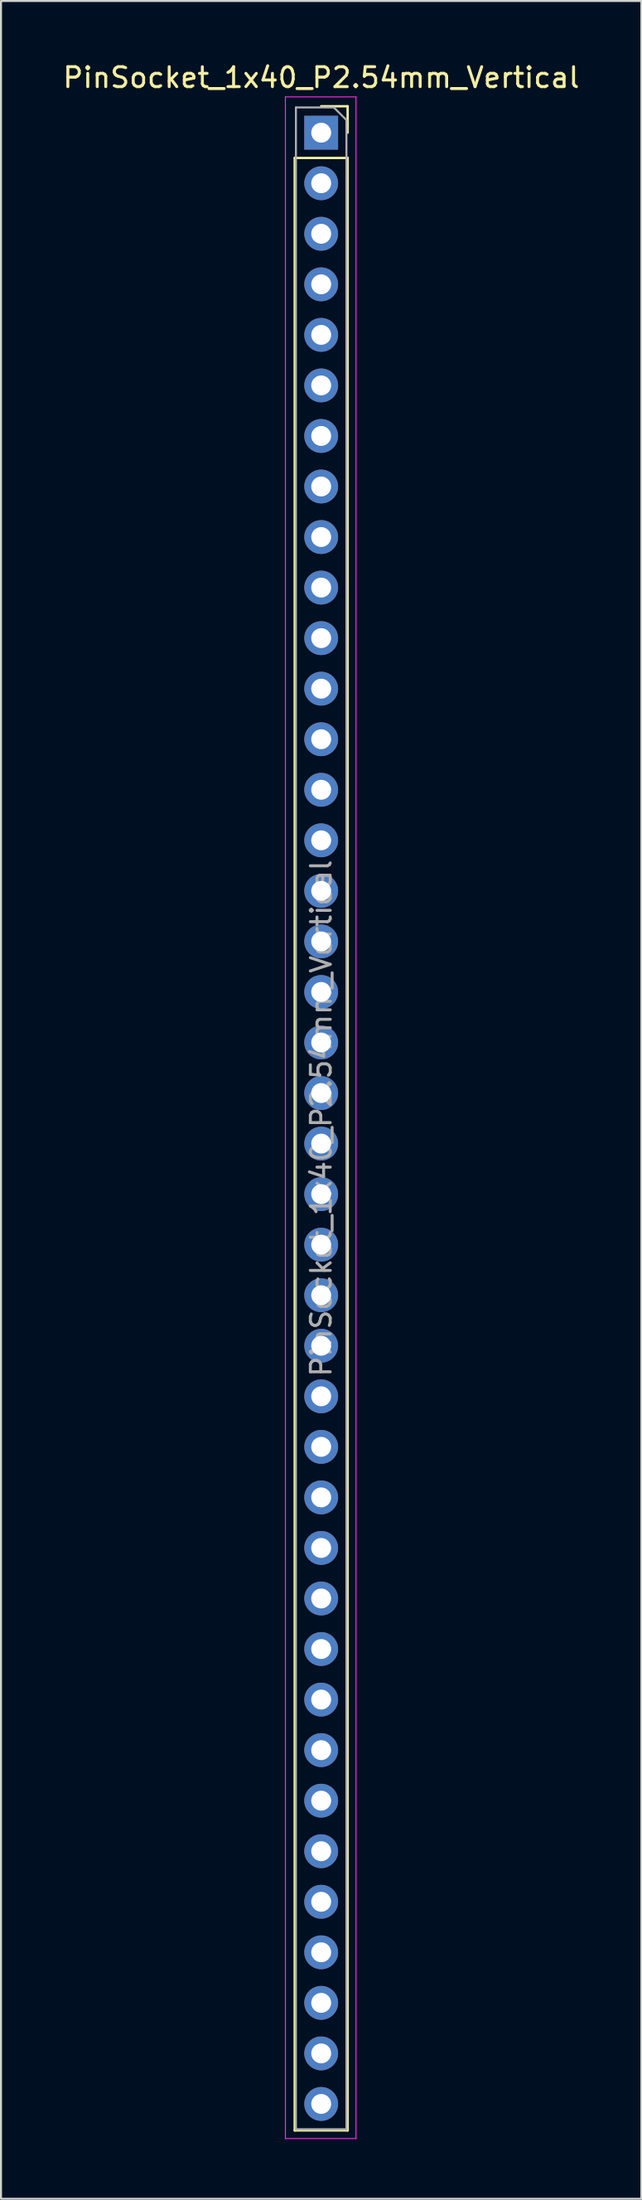
<source format=kicad_pcb>
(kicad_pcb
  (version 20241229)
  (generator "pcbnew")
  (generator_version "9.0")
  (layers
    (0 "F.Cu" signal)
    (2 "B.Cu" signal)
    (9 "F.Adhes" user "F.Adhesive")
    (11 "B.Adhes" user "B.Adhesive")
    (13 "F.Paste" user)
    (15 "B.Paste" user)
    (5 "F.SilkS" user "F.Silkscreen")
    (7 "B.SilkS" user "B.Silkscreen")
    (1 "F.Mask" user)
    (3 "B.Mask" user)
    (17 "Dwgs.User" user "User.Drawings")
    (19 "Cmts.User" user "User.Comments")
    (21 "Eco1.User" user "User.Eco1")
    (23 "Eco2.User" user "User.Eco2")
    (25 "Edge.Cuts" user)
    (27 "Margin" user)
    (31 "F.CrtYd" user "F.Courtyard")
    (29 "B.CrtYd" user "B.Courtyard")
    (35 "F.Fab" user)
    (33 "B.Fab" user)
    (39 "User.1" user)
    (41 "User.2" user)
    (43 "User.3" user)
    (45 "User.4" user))
  (footprint "PinSocket_1x40_P2.54mm_Vertical"
    (layer "F.Cu")
    (at 13.101 3.618)
    (property "Reference" "PinSocket_1x40_P2.54mm_Vertical" (at 0 -2.77 0) (layer "F.SilkS") (effects (font (size 1 1) (thickness 0.15))))
    (attr through_hole)
    (fp_line (start -1.33 1.27) (end -1.33 100.39) (stroke (width 0.12) (type solid)) (layer "F.SilkS"))
    (fp_line (start -1.33 1.27) (end 1.33 1.27) (stroke (width 0.12) (type solid)) (layer "F.SilkS"))
    (fp_line (start -1.33 100.39) (end 1.33 100.39) (stroke (width 0.12) (type solid)) (layer "F.SilkS"))
    (fp_line (start 0 -1.33) (end 1.33 -1.33) (stroke (width 0.12) (type solid)) (layer "F.SilkS"))
    (fp_line (start 1.33 -1.33) (end 1.33 0) (stroke (width 0.12) (type solid)) (layer "F.SilkS"))
    (fp_line (start 1.33 1.27) (end 1.33 100.39) (stroke (width 0.12) (type solid)) (layer "F.SilkS"))
    (fp_line (start -1.8 -1.8) (end 1.75 -1.8) (stroke (width 0.05) (type solid)) (layer "F.CrtYd"))
    (fp_line (start -1.8 100.8) (end -1.8 -1.8) (stroke (width 0.05) (type solid)) (layer "F.CrtYd"))
    (fp_line (start 1.75 -1.8) (end 1.75 100.8) (stroke (width 0.05) (type solid)) (layer "F.CrtYd"))
    (fp_line (start 1.75 100.8) (end -1.8 100.8) (stroke (width 0.05) (type solid)) (layer "F.CrtYd"))
    (fp_line (start -1.27 -1.27) (end 0.635 -1.27) (stroke (width 0.1) (type solid)) (layer "F.Fab"))
    (fp_line (start -1.27 100.33) (end -1.27 -1.27) (stroke (width 0.1) (type solid)) (layer "F.Fab"))
    (fp_line (start 0.635 -1.27) (end 1.27 -0.635) (stroke (width 0.1) (type solid)) (layer "F.Fab"))
    (fp_line (start 1.27 -0.635) (end 1.27 100.33) (stroke (width 0.1) (type solid)) (layer "F.Fab"))
    (fp_line (start 1.27 100.33) (end -1.27 100.33) (stroke (width 0.1) (type solid)) (layer "F.Fab"))
    (fp_text user "${REFERENCE}" (at 0 49.53 90) (layer "F.Fab") (effects (font (size 1 1) (thickness 0.15))))
    (pad "1" thru_hole rect (at 0 0) (size 1.7 1.7) (drill 1) (layers "*.Cu" "*.Mask"))
    (pad "2" thru_hole oval (at 0 2.54) (size 1.7 1.7) (drill 1) (layers "*.Cu" "*.Mask"))
    (pad "3" thru_hole oval (at 0 5.08) (size 1.7 1.7) (drill 1) (layers "*.Cu" "*.Mask"))
    (pad "4" thru_hole oval (at 0 7.62) (size 1.7 1.7) (drill 1) (layers "*.Cu" "*.Mask"))
    (pad "5" thru_hole oval (at 0 10.16) (size 1.7 1.7) (drill 1) (layers "*.Cu" "*.Mask"))
    (pad "6" thru_hole oval (at 0 12.7) (size 1.7 1.7) (drill 1) (layers "*.Cu" "*.Mask"))
    (pad "7" thru_hole oval (at 0 15.24) (size 1.7 1.7) (drill 1) (layers "*.Cu" "*.Mask"))
    (pad "8" thru_hole oval (at 0 17.78) (size 1.7 1.7) (drill 1) (layers "*.Cu" "*.Mask"))
    (pad "9" thru_hole oval (at 0 20.32) (size 1.7 1.7) (drill 1) (layers "*.Cu" "*.Mask"))
    (pad "10" thru_hole oval (at 0 22.86) (size 1.7 1.7) (drill 1) (layers "*.Cu" "*.Mask"))
    (pad "11" thru_hole oval (at 0 25.4) (size 1.7 1.7) (drill 1) (layers "*.Cu" "*.Mask"))
    (pad "12" thru_hole oval (at 0 27.94) (size 1.7 1.7) (drill 1) (layers "*.Cu" "*.Mask"))
    (pad "13" thru_hole oval (at 0 30.48) (size 1.7 1.7) (drill 1) (layers "*.Cu" "*.Mask"))
    (pad "14" thru_hole oval (at 0 33.02) (size 1.7 1.7) (drill 1) (layers "*.Cu" "*.Mask"))
    (pad "15" thru_hole oval (at 0 35.56) (size 1.7 1.7) (drill 1) (layers "*.Cu" "*.Mask"))
    (pad "16" thru_hole oval (at 0 38.1) (size 1.7 1.7) (drill 1) (layers "*.Cu" "*.Mask"))
    (pad "17" thru_hole oval (at 0 40.64) (size 1.7 1.7) (drill 1) (layers "*.Cu" "*.Mask"))
    (pad "18" thru_hole oval (at 0 43.18) (size 1.7 1.7) (drill 1) (layers "*.Cu" "*.Mask"))
    (pad "19" thru_hole oval (at 0 45.72) (size 1.7 1.7) (drill 1) (layers "*.Cu" "*.Mask"))
    (pad "20" thru_hole oval (at 0 48.26) (size 1.7 1.7) (drill 1) (layers "*.Cu" "*.Mask"))
    (pad "21" thru_hole oval (at 0 50.8) (size 1.7 1.7) (drill 1) (layers "*.Cu" "*.Mask"))
    (pad "22" thru_hole oval (at 0 53.34) (size 1.7 1.7) (drill 1) (layers "*.Cu" "*.Mask"))
    (pad "23" thru_hole oval (at 0 55.88) (size 1.7 1.7) (drill 1) (layers "*.Cu" "*.Mask"))
    (pad "24" thru_hole oval (at 0 58.42) (size 1.7 1.7) (drill 1) (layers "*.Cu" "*.Mask"))
    (pad "25" thru_hole oval (at 0 60.96) (size 1.7 1.7) (drill 1) (layers "*.Cu" "*.Mask"))
    (pad "26" thru_hole oval (at 0 63.5) (size 1.7 1.7) (drill 1) (layers "*.Cu" "*.Mask"))
    (pad "27" thru_hole oval (at 0 66.04) (size 1.7 1.7) (drill 1) (layers "*.Cu" "*.Mask"))
    (pad "28" thru_hole oval (at 0 68.58) (size 1.7 1.7) (drill 1) (layers "*.Cu" "*.Mask"))
    (pad "29" thru_hole oval (at 0 71.12) (size 1.7 1.7) (drill 1) (layers "*.Cu" "*.Mask"))
    (pad "30" thru_hole oval (at 0 73.66) (size 1.7 1.7) (drill 1) (layers "*.Cu" "*.Mask"))
    (pad "31" thru_hole oval (at 0 76.2) (size 1.7 1.7) (drill 1) (layers "*.Cu" "*.Mask"))
    (pad "32" thru_hole oval (at 0 78.74) (size 1.7 1.7) (drill 1) (layers "*.Cu" "*.Mask"))
    (pad "33" thru_hole oval (at 0 81.28) (size 1.7 1.7) (drill 1) (layers "*.Cu" "*.Mask"))
    (pad "34" thru_hole oval (at 0 83.82) (size 1.7 1.7) (drill 1) (layers "*.Cu" "*.Mask"))
    (pad "35" thru_hole oval (at 0 86.36) (size 1.7 1.7) (drill 1) (layers "*.Cu" "*.Mask"))
    (pad "36" thru_hole oval (at 0 88.9) (size 1.7 1.7) (drill 1) (layers "*.Cu" "*.Mask"))
    (pad "37" thru_hole oval (at 0 91.44) (size 1.7 1.7) (drill 1) (layers "*.Cu" "*.Mask"))
    (pad "38" thru_hole oval (at 0 93.98) (size 1.7 1.7) (drill 1) (layers "*.Cu" "*.Mask"))
    (pad "39" thru_hole oval (at 0 96.52) (size 1.7 1.7) (drill 1) (layers "*.Cu" "*.Mask"))
    (pad "40" thru_hole oval (at 0 99.06) (size 1.7 1.7) (drill 1) (layers "*.Cu" "*.Mask")))
  (gr_rect
    (start -3 -3)
    (end 29.202 107.443)
    (stroke (width 0.1) (type default))
    (fill no)
    (layer "Edge.Cuts")))
</source>
